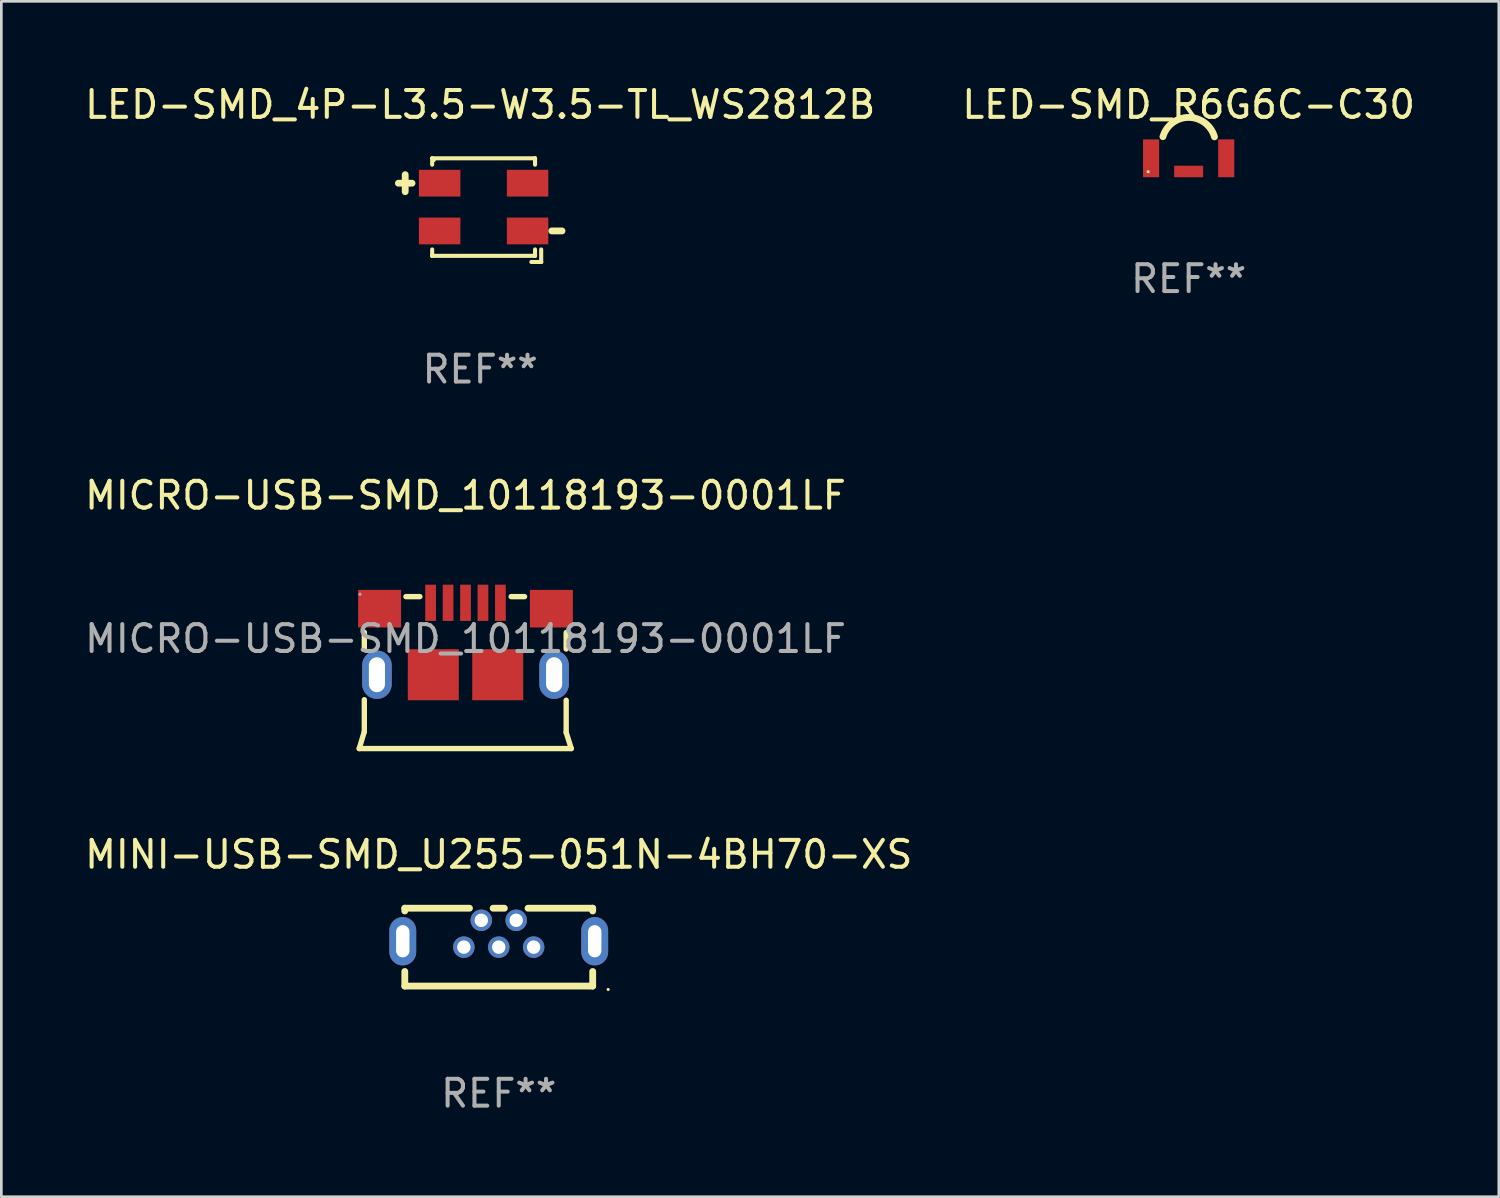
<source format=kicad_pcb>
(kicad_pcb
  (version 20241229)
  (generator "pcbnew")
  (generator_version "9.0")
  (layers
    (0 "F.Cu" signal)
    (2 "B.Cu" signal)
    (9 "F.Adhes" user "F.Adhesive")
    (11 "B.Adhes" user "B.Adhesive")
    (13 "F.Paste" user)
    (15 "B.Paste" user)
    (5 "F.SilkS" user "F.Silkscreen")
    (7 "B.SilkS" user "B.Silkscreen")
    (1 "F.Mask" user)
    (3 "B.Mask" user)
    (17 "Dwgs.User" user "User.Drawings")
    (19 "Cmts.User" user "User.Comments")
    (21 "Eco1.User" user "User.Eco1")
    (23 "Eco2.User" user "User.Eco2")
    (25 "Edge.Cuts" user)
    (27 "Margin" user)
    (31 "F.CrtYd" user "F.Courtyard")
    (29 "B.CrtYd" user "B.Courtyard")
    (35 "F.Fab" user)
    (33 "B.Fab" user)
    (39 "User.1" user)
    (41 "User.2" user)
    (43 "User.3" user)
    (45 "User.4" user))
  (footprint "LED-SMD_R6G6C-C30"
    (layer "F.Cu")
    (at 41.232 3.093)
    (property "Reference" "LED-SMD_R6G6C-C30" (at -0.000076 -2.245 0) (layer "F.SilkS") (effects (font (size 1 1) (thickness 0.15))))
    (attr smd)
    (fp_arc (start -0.959233 -1.051359) (mid 0.003523 -1.768708) (end 0.961189 -1.044577) (stroke (width 0.254001) (type solid)) (layer "F.SilkS"))
    (fp_circle (center -1.51 0.255) (end -1.48 0.255) (stroke (width 0.06) (type solid)) (fill no) (layer "F.SilkS"))
    (fp_text user "REF**" (at -0.000076 4.245 0) (layer "F.Fab") (effects (font (size 1 1) (thickness 0.15))))
    (pad "1" smd rect (at 1.4 -0.245) (size 0.6 1.41) (layers "F.Cu" "F.Mask" "F.Paste"))
    (pad "2" smd rect (at -0.000076 0.245) (size 1.08 0.43) (layers "F.Cu" "F.Mask" "F.Paste"))
    (pad "3" smd rect (at -1.4 -0.245) (size 0.6 1.41) (layers "F.Cu" "F.Mask" "F.Paste")))
  (footprint "MICRO-USB-SMD_10118193-0001LF"
    (layer "F.Cu")
    (at 14.292 20.746)
    (property "Reference" "MICRO-USB-SMD_10118193-0001LF" (at 0 -5.34 0) (layer "F.SilkS") (effects (font (size 1 1) (thickness 0.15))))
    (attr smd)
    (fp_line (start -3.96 4.09) (end 3.94 4.09) (stroke (width 0.2) (type solid)) (layer "F.SilkS"))
    (fp_line (start -3.77 -0.24) (end -3.77 0.4) (stroke (width 0.2) (type solid)) (layer "F.SilkS"))
    (fp_line (start -3.77 2.27) (end -3.77 3.46) (stroke (width 0.2) (type solid)) (layer "F.SilkS"))
    (fp_line (start -3.77 3.46) (end -3.96 4.09) (stroke (width 0.2) (type solid)) (layer "F.SilkS"))
    (fp_line (start -2.22 -1.57) (end -1.7 -1.57) (stroke (width 0.2) (type solid)) (layer "F.SilkS"))
    (fp_line (start 1.7 -1.57) (end 2.2 -1.57) (stroke (width 0.2) (type solid)) (layer "F.SilkS"))
    (fp_line (start 3.75 0.38) (end 3.75 -0.23) (stroke (width 0.2) (type solid)) (layer "F.SilkS"))
    (fp_line (start 3.75 3.49) (end 3.75 2.29) (stroke (width 0.2) (type solid)) (layer "F.SilkS"))
    (fp_line (start 3.94 4.09) (end 3.75 3.49) (stroke (width 0.2) (type solid)) (layer "F.SilkS"))
    (fp_circle (center -3.93 -1.66) (end -3.9 -1.66) (stroke (width 0.06) (type solid)) (fill no) (layer "F.Fab"))
    (fp_text user "${REFERENCE}" (at 0 0 0) (layer "F.Fab") (effects (font (size 1 1) (thickness 0.15))))
    (pad "1" smd rect (at -1.3 -1.34) (size 0.4 1.35) (layers "F.Cu" "F.Mask" "F.Paste"))
    (pad "2" smd rect (at -0.65 -1.34) (size 0.4 1.35) (layers "F.Cu" "F.Mask" "F.Paste"))
    (pad "3" smd rect (at 0 -1.34) (size 0.4 1.35) (layers "F.Cu" "F.Mask" "F.Paste"))
    (pad "4" smd rect (at 0.65 -1.34) (size 0.4 1.35) (layers "F.Cu" "F.Mask" "F.Paste"))
    (pad "5" smd rect (at 1.3 -1.34) (size 0.4 1.35) (layers "F.Cu" "F.Mask" "F.Paste"))
    (pad "6" thru_hole oval (at -3.3 1.34) (size 1.1 1.8) (drill oval 0.6 1.3) (layers "*.Cu" "*.Paste" "*.Mask"))
    (pad "6" thru_hole oval (at 3.3 1.34) (size 1.1 1.8) (drill oval 0.6 1.3) (layers "*.Cu" "*.Paste" "*.Mask"))
    (pad "7" smd rect (at -3.2 -1.12 180) (size 1.6 1.4) (layers "F.Cu" "F.Mask" "F.Paste"))
    (pad "7" smd rect (at -1.2 1.34 180) (size 1.9 1.9) (layers "F.Cu" "F.Mask" "F.Paste"))
    (pad "8" smd rect (at 1.2 1.34 180) (size 1.9 1.9) (layers "F.Cu" "F.Mask" "F.Paste"))
    (pad "8" smd rect (at 3.2 -1.12 180) (size 1.6 1.4) (layers "F.Cu" "F.Mask" "F.Paste")))
  (footprint "LED-SMD_4P-L3.5-W3.5-TL_WS2812B"
    (layer "F.Cu")
    (at 14.966 4.664)
    (property "Reference" "LED-SMD_4P-L3.5-W3.5-TL_WS2812B" (at -0.127 -3.816 0) (layer "F.SilkS") (effects (font (size 1 1) (thickness 0.15))))
    (attr smd)
    (fp_line (start -3.175 -0.889) (end -2.667 -0.889) (stroke (width 0.254) (type solid)) (layer "F.SilkS"))
    (fp_line (start -2.921 -1.207) (end -2.921 -0.572) (stroke (width 0.254) (type solid)) (layer "F.SilkS"))
    (fp_line (start -1.916 -1.816) (end -1.916 -1.816) (stroke (width 0.152) (type solid)) (layer "F.SilkS"))
    (fp_line (start -1.916 -1.816) (end 1.916 -1.816) (stroke (width 0.152) (type solid)) (layer "F.SilkS"))
    (fp_line (start -1.916 -1.579) (end -1.916 -1.816) (stroke (width 0.152) (type solid)) (layer "F.SilkS"))
    (fp_line (start -1.916 1.579) (end -1.916 1.816) (stroke (width 0.152) (type solid)) (layer "F.SilkS"))
    (fp_line (start -1.916 1.816) (end -1.916 1.816) (stroke (width 0.152) (type solid)) (layer "F.SilkS"))
    (fp_line (start -1.916 1.816) (end 1.916 1.816) (stroke (width 0.152) (type solid)) (layer "F.SilkS"))
    (fp_line (start 1.916 -1.816) (end 1.916 -1.816) (stroke (width 0.152) (type solid)) (layer "F.SilkS"))
    (fp_line (start 1.916 -1.816) (end 1.916 -1.579) (stroke (width 0.152) (type solid)) (layer "F.SilkS"))
    (fp_line (start 1.916 1.816) (end 1.916 1.579) (stroke (width 0.152) (type solid)) (layer "F.SilkS"))
    (fp_line (start 1.916 1.816) (end 1.916 1.816) (stroke (width 0.152) (type solid)) (layer "F.SilkS"))
    (fp_line (start 2.145 1.579) (end 2.145 2.045) (stroke (width 0.152) (type solid)) (layer "F.SilkS"))
    (fp_line (start 2.145 2.045) (end 1.777 2.045) (stroke (width 0.152) (type solid)) (layer "F.SilkS"))
    (fp_line (start 2.145 2.045) (end 2.145 2.045) (stroke (width 0.152) (type solid)) (layer "F.SilkS"))
    (fp_line (start 2.54 0.889) (end 2.921 0.889) (stroke (width 0.254) (type solid)) (layer "F.SilkS"))
    (fp_circle (center -1.84 -1.74) (end -1.81 -1.74) (stroke (width 0.06) (type solid)) (fill no) (layer "F.SilkS"))
    (fp_text user "REF**" (at -0.127 6.045 0) (layer "F.Fab") (effects (font (size 1 1) (thickness 0.15))))
    (pad "1" smd rect (at -1.638 -0.89) (size 1.545 0.997) (layers "F.Cu" "F.Mask" "F.Paste"))
    (pad "2" smd rect (at -1.638 0.89) (size 1.545 0.997) (layers "F.Cu" "F.Mask" "F.Paste"))
    (pad "3" smd rect (at 1.638 0.89) (size 1.545 0.997) (layers "F.Cu" "F.Mask" "F.Paste"))
    (pad "4" smd rect (at 1.638 -0.89) (size 1.545 0.997) (layers "F.Cu" "F.Mask" "F.Paste")))
  (footprint "MINI-USB-SMD_U255-051N-4BH70-XS"
    (layer "F.Cu")
    (at 15.53 31.734)
    (property "Reference" "MINI-USB-SMD_U255-051N-4BH70-XS" (at 0 -2.95 0) (layer "F.SilkS") (effects (font (size 1 1) (thickness 0.15))))
    (attr through_hole)
    (fp_line (start -3.5 -0.95) (end -3.5 -0.847) (stroke (width 0.254) (type solid)) (layer "F.SilkS"))
    (fp_line (start -3.5 -0.95) (end -1.091 -0.95) (stroke (width 0.254) (type solid)) (layer "F.SilkS"))
    (fp_line (start -3.5 1.407) (end -3.5 1.95) (stroke (width 0.254) (type solid)) (layer "F.SilkS"))
    (fp_line (start -0.209 -0.95) (end 0.209 -0.95) (stroke (width 0.254) (type solid)) (layer "F.SilkS"))
    (fp_line (start 1.091 -0.95) (end 3.5 -0.95) (stroke (width 0.254) (type solid)) (layer "F.SilkS"))
    (fp_line (start 3.5 -0.95) (end 3.5 -0.847) (stroke (width 0.254) (type solid)) (layer "F.SilkS"))
    (fp_line (start 3.5 1.407) (end 3.5 1.95) (stroke (width 0.254) (type solid)) (layer "F.SilkS"))
    (fp_line (start 3.5 1.95) (end -3.5 1.95) (stroke (width 0.254) (type solid)) (layer "F.SilkS"))
    (fp_circle (center 4.075 2.077) (end 4.105 2.077) (stroke (width 0.06) (type solid)) (fill no) (layer "F.SilkS"))
    (fp_text user "REF**" (at 0 5.95 0) (layer "F.Fab") (effects (font (size 1 1) (thickness 0.15))))
    (pad "1" thru_hole circle (at 1.3 0.5) (size 0.8 0.8) (drill 0.5) (layers "*.Cu" "*.Mask"))
    (pad "2" thru_hole circle (at 0.65 -0.5) (size 0.8 0.8) (drill 0.5) (layers "*.Cu" "*.Mask"))
    (pad "3" thru_hole circle (at 0 0.5) (size 0.8 0.8) (drill 0.5) (layers "*.Cu" "*.Mask"))
    (pad "4" thru_hole circle (at -0.65 -0.5) (size 0.8 0.8) (drill 0.5) (layers "*.Cu" "*.Mask"))
    (pad "5" thru_hole circle (at -1.3 0.5) (size 0.8 0.8) (drill 0.5) (layers "*.Cu" "*.Mask"))
    (pad "6" thru_hole oval (at -3.575 0.28 270) (size 1.8 1) (drill oval 1.2 0.5) (layers "*.Cu" "*.Mask"))
    (pad "6" thru_hole oval (at 3.575 0.28 270) (size 1.8 1) (drill oval 1.2 0.5) (layers "*.Cu" "*.Mask")))
  (gr_rect
    (start -3 -3)
    (end 52.786 41.532)
    (stroke (width 0.1) (type default))
    (fill no)
    (layer "Edge.Cuts")))
</source>
